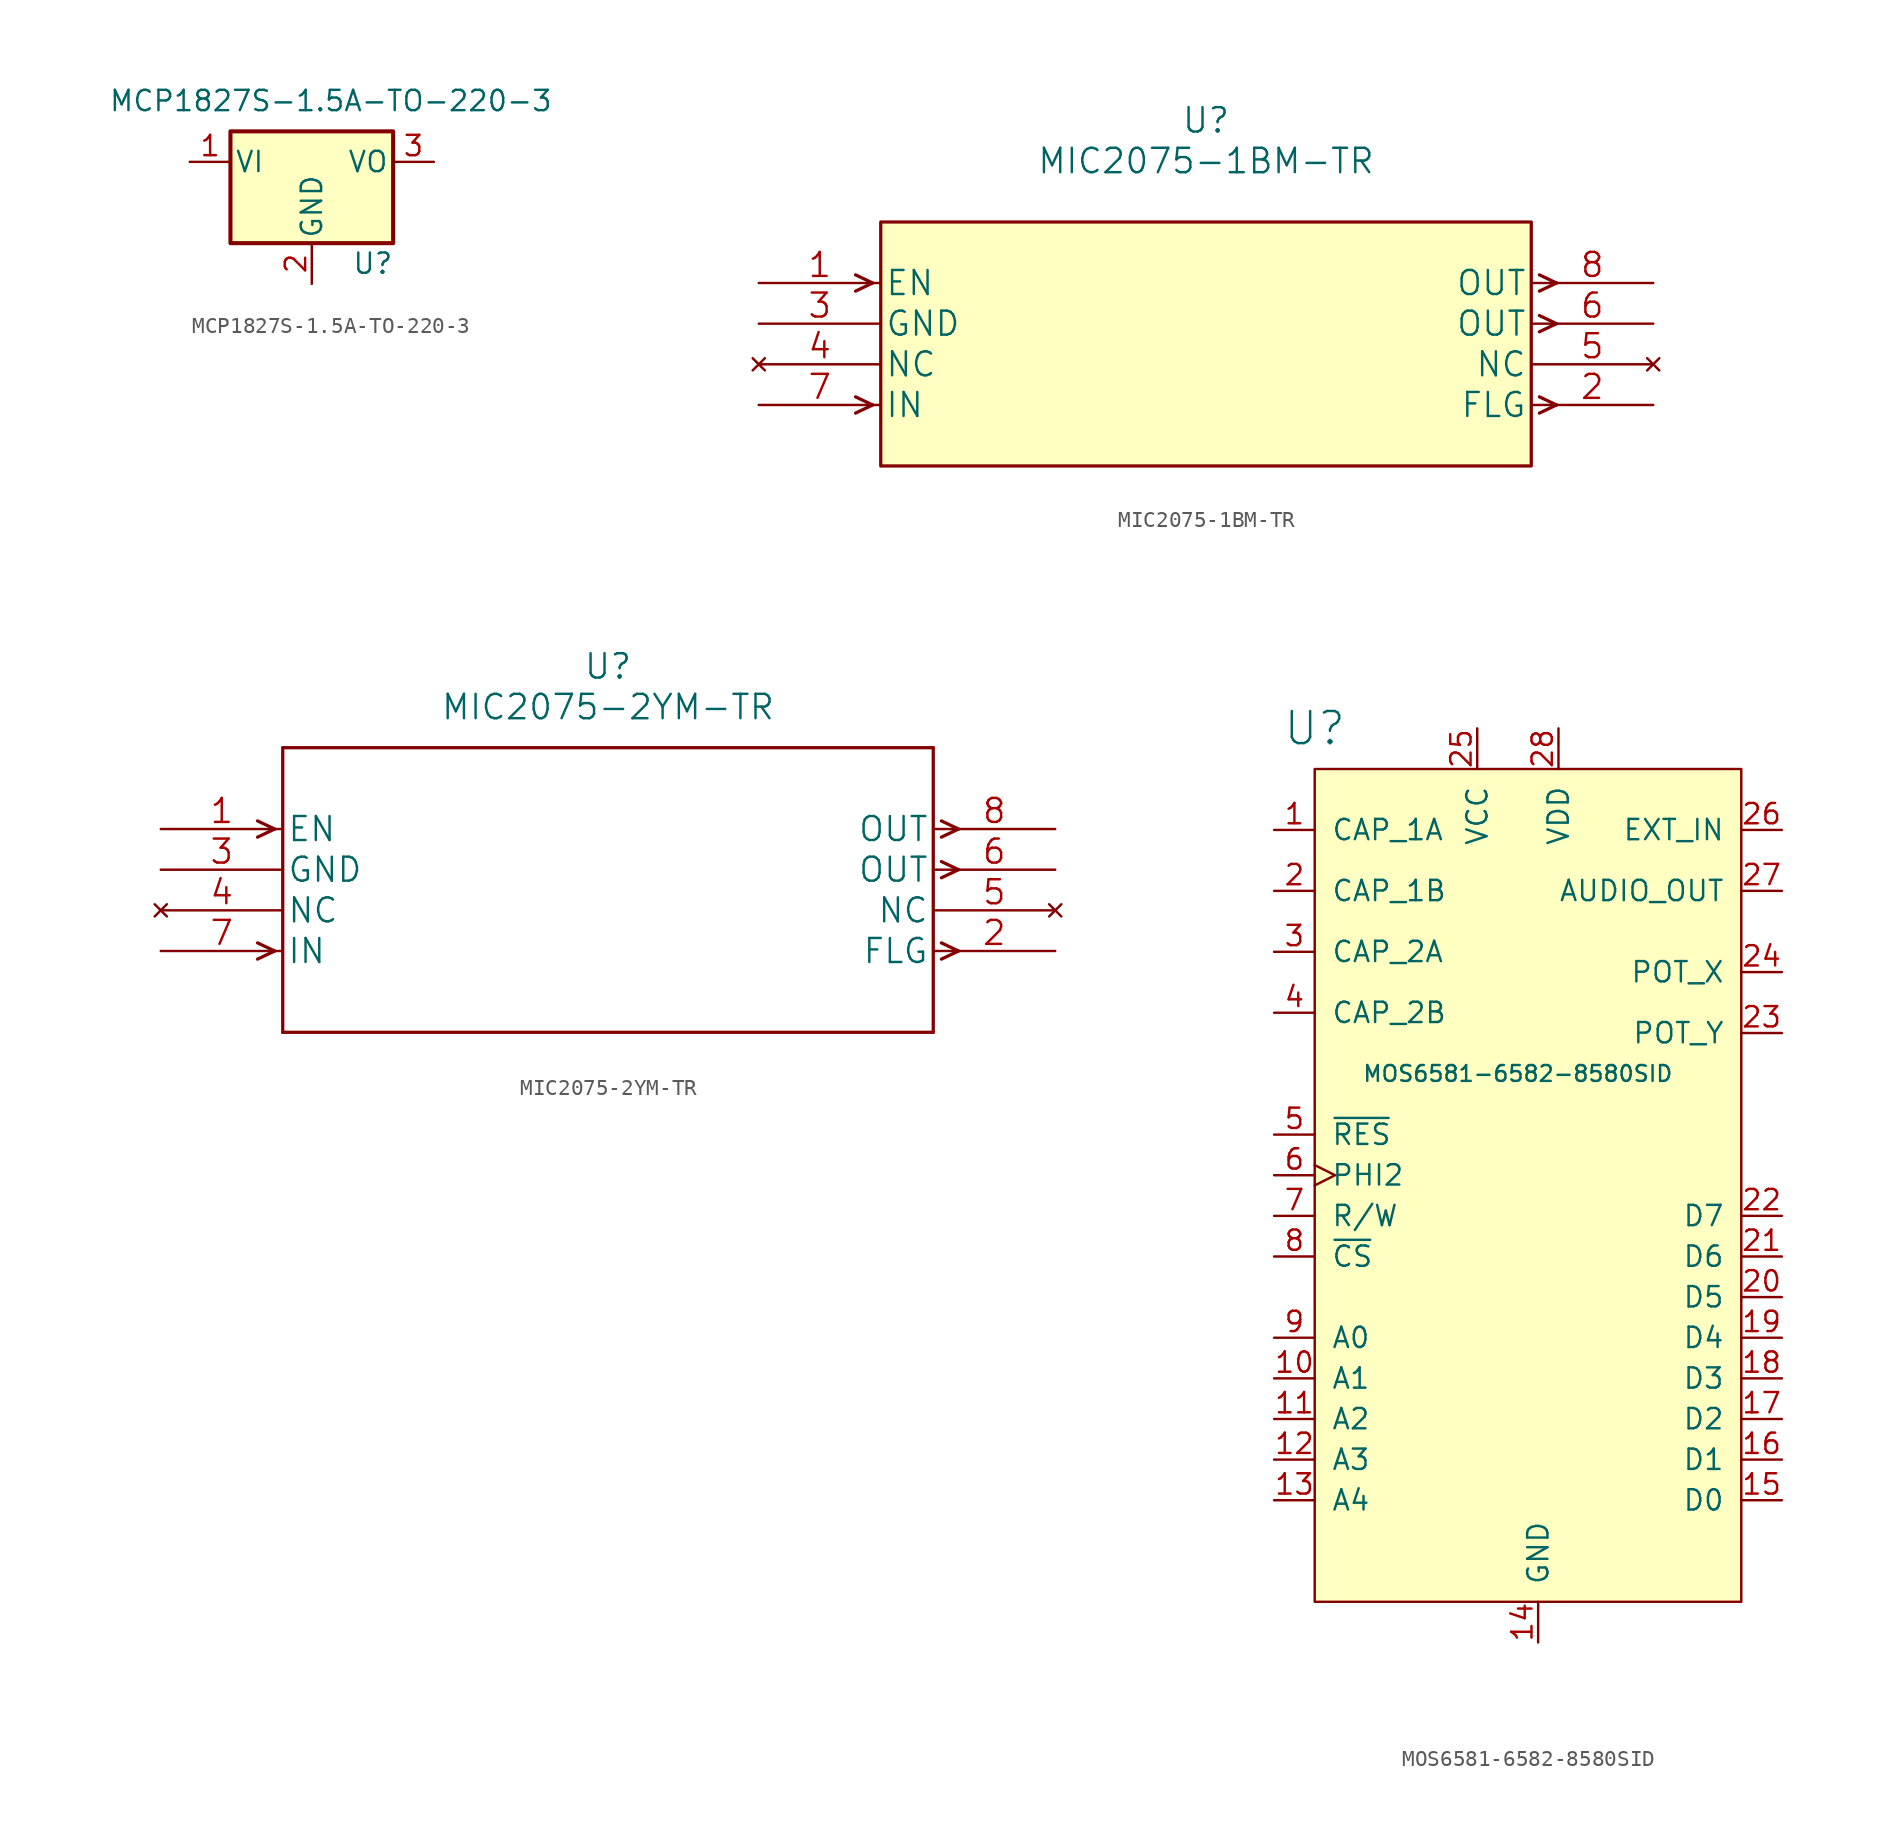
<source format=kicad_sym>
(kicad_symbol_lib
  (version 20241209)
  (generator "kicad_symbol_editor")
  (generator_version "9.0")
  (symbol "MCP1827S-1.5A-TO-220-3"
    (pin_names
      (offset 0.254))
    (property "Reference" "U"
      (at 3.81 -6.35 0)
      (effects (font (size 1.27 1.27))))
    (property "Value" "MCP1827S-1.5A-TO-220-3"
      (at -12.7 3.81 0)
      (effects (font (size 1.27 1.27)) (justify left)))
    (symbol "MCP1827S-1.5A-TO-220-3_0_1"
      (rectangle (start -5.08 1.905) (end 5.08 -5.08) (stroke (width 0.254) (type solid)) (fill (type background))))
    (symbol "MCP1827S-1.5A-TO-220-3_1_1"
      (pin power_in line (at -7.62 0 0) (length 2.54) (name "VI" (effects (font (size 1.27 1.27)))) (number "1" (effects (font (size 1.27 1.27)))))
      (pin power_in line (at 0 -7.62 90) (length 2.54) (name "GND" (effects (font (size 1.27 1.27)))) (number "2" (effects (font (size 1.27 1.27)))))
      (pin power_out line (at 7.62 0 180) (length 2.54) (name "VO" (effects (font (size 1.27 1.27)))) (number "3" (effects (font (size 1.27 1.27)))))))
  (symbol "MIC2075-1BM-TR"
    (pin_names
      (offset 0.254))
    (property "Reference" "U"
      (at 27.94 10.16 0)
      (effects (font (size 1.524 1.524))))
    (property "Value" "MIC2075-1BM-TR"
      (at 27.94 7.62 0)
      (effects (font (size 1.524 1.524))))
    (property "Datasheet" ""
      (at 0 0 0)
      (effects (font (size 1.524 1.524))))
    (property "ki_locked" ""
      (at 0 0 0)
      (effects (font (size 1.27 1.27))))
    (symbol "MIC2075-1BM-TR_1_1"
      (polyline (pts (xy 7.112 0) (xy 6.045 0.508)) (stroke (width 0.203) (type solid)) (fill (type none)))
      (polyline (pts (xy 7.112 0) (xy 6.045 -0.508)) (stroke (width 0.203) (type solid)) (fill (type none)))
      (polyline (pts (xy 7.112 -7.62) (xy 6.045 -7.112)) (stroke (width 0.203) (type solid)) (fill (type none)))
      (polyline (pts (xy 7.112 -7.62) (xy 6.045 -8.128)) (stroke (width 0.203) (type solid)) (fill (type none)))
      (rectangle (start 7.62 3.81) (end 48.26 -11.43) (stroke (width 0.203) (type solid)) (fill (type background)))
      (polyline (pts (xy 48.768 0.508) (xy 49.835 0)) (stroke (width 0.203) (type solid)) (fill (type none)))
      (polyline (pts (xy 48.768 -0.508) (xy 49.835 0)) (stroke (width 0.203) (type solid)) (fill (type none)))
      (polyline (pts (xy 48.768 -2.032) (xy 49.835 -2.54)) (stroke (width 0.203) (type solid)) (fill (type none)))
      (polyline (pts (xy 48.768 -3.048) (xy 49.835 -2.54)) (stroke (width 0.203) (type solid)) (fill (type none)))
      (polyline (pts (xy 48.768 -7.112) (xy 49.835 -7.62)) (stroke (width 0.203) (type solid)) (fill (type none)))
      (polyline (pts (xy 48.768 -8.128) (xy 49.835 -7.62)) (stroke (width 0.203) (type solid)) (fill (type none)))
      (pin input line (at 0 0 0) (length 7.62) (name "EN" (effects (font (size 1.499 1.499)))) (number "1" (effects (font (size 1.499 1.499)))))
      (pin power_in line (at 0 -2.54 0) (length 7.62) (name "GND" (effects (font (size 1.499 1.499)))) (number "3" (effects (font (size 1.499 1.499)))))
      (pin no_connect line (at 0 -5.08 0) (length 7.62) (name "NC" (effects (font (size 1.499 1.499)))) (number "4" (effects (font (size 1.499 1.499)))))
      (pin input line (at 0 -7.62 0) (length 7.62) (name "IN" (effects (font (size 1.499 1.499)))) (number "7" (effects (font (size 1.499 1.499)))))
      (pin output line (at 55.88 0 180) (length 7.62) (name "OUT" (effects (font (size 1.499 1.499)))) (number "8" (effects (font (size 1.499 1.499)))))
      (pin output line (at 55.88 -2.54 180) (length 7.62) (name "OUT" (effects (font (size 1.499 1.499)))) (number "6" (effects (font (size 1.499 1.499)))))
      (pin no_connect line (at 55.88 -5.08 180) (length 7.62) (name "NC" (effects (font (size 1.499 1.499)))) (number "5" (effects (font (size 1.499 1.499)))))
      (pin output line (at 55.88 -7.62 180) (length 7.62) (name "FLG" (effects (font (size 1.499 1.499)))) (number "2" (effects (font (size 1.499 1.499)))))))
  (symbol "MIC2075-2YM-TR"
    (pin_names
      (offset 0.254))
    (property "Reference" "U"
      (at 27.94 10.16 0)
      (effects (font (size 1.524 1.524))))
    (property "Value" "MIC2075-2YM-TR"
      (at 27.94 7.62 0)
      (effects (font (size 1.524 1.524))))
    (property "Datasheet" ""
      (at 0 0 0)
      (effects (font (size 1.524 1.524))))
    (property "ki_locked" ""
      (at 0 0 0)
      (effects (font (size 1.27 1.27))))
    (symbol "MIC2075-2YM-TR_1_1"
      (polyline (pts (xy 7.112 0) (xy 6.045 0.508)) (stroke (width 0.203) (type solid)) (fill (type none)))
      (polyline (pts (xy 7.112 0) (xy 6.045 -0.508)) (stroke (width 0.203) (type solid)) (fill (type none)))
      (polyline (pts (xy 7.112 -7.62) (xy 6.045 -7.112)) (stroke (width 0.203) (type solid)) (fill (type none)))
      (polyline (pts (xy 7.112 -7.62) (xy 6.045 -8.128)) (stroke (width 0.203) (type solid)) (fill (type none)))
      (polyline (pts (xy 7.62 5.08) (xy 7.62 -12.7)) (stroke (width 0.203) (type solid)) (fill (type none)))
      (polyline (pts (xy 7.62 -12.7) (xy 48.26 -12.7)) (stroke (width 0.203) (type solid)) (fill (type none)))
      (polyline (pts (xy 48.26 5.08) (xy 7.62 5.08)) (stroke (width 0.203) (type solid)) (fill (type none)))
      (polyline (pts (xy 48.26 -12.7) (xy 48.26 5.08)) (stroke (width 0.203) (type solid)) (fill (type none)))
      (polyline (pts (xy 48.768 0.508) (xy 49.835 0)) (stroke (width 0.203) (type solid)) (fill (type none)))
      (polyline (pts (xy 48.768 -0.508) (xy 49.835 0)) (stroke (width 0.203) (type solid)) (fill (type none)))
      (polyline (pts (xy 48.768 -2.032) (xy 49.835 -2.54)) (stroke (width 0.203) (type solid)) (fill (type none)))
      (polyline (pts (xy 48.768 -3.048) (xy 49.835 -2.54)) (stroke (width 0.203) (type solid)) (fill (type none)))
      (polyline (pts (xy 48.768 -7.112) (xy 49.835 -7.62)) (stroke (width 0.203) (type solid)) (fill (type none)))
      (polyline (pts (xy 48.768 -8.128) (xy 49.835 -7.62)) (stroke (width 0.203) (type solid)) (fill (type none)))
      (pin input line (at 0 0 0) (length 7.62) (name "EN" (effects (font (size 1.499 1.499)))) (number "1" (effects (font (size 1.499 1.499)))))
      (pin power_in line (at 0 -2.54 0) (length 7.62) (name "GND" (effects (font (size 1.499 1.499)))) (number "3" (effects (font (size 1.499 1.499)))))
      (pin no_connect line (at 0 -5.08 0) (length 7.62) (name "NC" (effects (font (size 1.499 1.499)))) (number "4" (effects (font (size 1.499 1.499)))))
      (pin input line (at 0 -7.62 0) (length 7.62) (name "IN" (effects (font (size 1.499 1.499)))) (number "7" (effects (font (size 1.499 1.499)))))
      (pin output line (at 55.88 0 180) (length 7.62) (name "OUT" (effects (font (size 1.499 1.499)))) (number "8" (effects (font (size 1.499 1.499)))))
      (pin output line (at 55.88 -2.54 180) (length 7.62) (name "OUT" (effects (font (size 1.499 1.499)))) (number "6" (effects (font (size 1.499 1.499)))))
      (pin no_connect line (at 55.88 -5.08 180) (length 7.62) (name "NC" (effects (font (size 1.499 1.499)))) (number "5" (effects (font (size 1.499 1.499)))))
      (pin output line (at 55.88 -7.62 180) (length 7.62) (name "FLG" (effects (font (size 1.499 1.499)))) (number "2" (effects (font (size 1.499 1.499)))))))
  (symbol "MOS6581-6582-8580SID"
    (pin_names
      (offset 1.016))
    (property "Reference" "U"
      (at -20.32 0 0)
      (effects (font (size 2.007 2.007))))
    (property "Value" "MOS6581-6582-8580SID"
      (at -7.62 -21.59 0)
      (effects (font (size 0.991 0.991))))
    (symbol "MOS6581-6582-8580SID_0_1"
      (rectangle (start -20.32 -2.54) (end 6.35 -54.61) (stroke (width 0) (type solid)) (fill (type background))))
    (symbol "MOS6581-6582-8580SID_1_1"
      (pin output line (at -22.86 -6.35 0) (length 2.54) (name "CAP_1A" (effects (font (size 1.27 1.27)))) (number "1" (effects (font (size 1.27 1.27)))))
      (pin input line (at -22.86 -10.16 0) (length 2.54) (name "CAP_1B" (effects (font (size 1.27 1.27)))) (number "2" (effects (font (size 1.27 1.27)))))
      (pin output line (at -22.86 -13.97 0) (length 2.54) (name "CAP_2A" (effects (font (size 1.27 1.27)))) (number "3" (effects (font (size 1.27 1.27)))))
      (pin input line (at -22.86 -17.78 0) (length 2.54) (name "CAP_2B" (effects (font (size 1.27 1.27)))) (number "4" (effects (font (size 1.27 1.27)))))
      (pin input line (at -22.86 -25.4 0) (length 2.54) (name "~{RES}" (effects (font (size 1.27 1.27)))) (number "5" (effects (font (size 1.27 1.27)))))
      (pin input clock (at -22.86 -27.94 0) (length 2.54) (name "PHI2" (effects (font (size 1.27 1.27)))) (number "6" (effects (font (size 1.27 1.27)))))
      (pin input line (at -22.86 -30.48 0) (length 2.54) (name "R/W" (effects (font (size 1.27 1.27)))) (number "7" (effects (font (size 1.27 1.27)))))
      (pin input line (at -22.86 -33.02 0) (length 2.54) (name "~{CS}" (effects (font (size 1.27 1.27)))) (number "8" (effects (font (size 1.27 1.27)))))
      (pin input line (at -22.86 -38.1 0) (length 2.54) (name "A0" (effects (font (size 1.27 1.27)))) (number "9" (effects (font (size 1.27 1.27)))))
      (pin input line (at -22.86 -40.64 0) (length 2.54) (name "A1" (effects (font (size 1.27 1.27)))) (number "10" (effects (font (size 1.27 1.27)))))
      (pin input line (at -22.86 -43.18 0) (length 2.54) (name "A2" (effects (font (size 1.27 1.27)))) (number "11" (effects (font (size 1.27 1.27)))))
      (pin input line (at -22.86 -45.72 0) (length 2.54) (name "A3" (effects (font (size 1.27 1.27)))) (number "12" (effects (font (size 1.27 1.27)))))
      (pin input line (at -22.86 -48.26 0) (length 2.54) (name "A4" (effects (font (size 1.27 1.27)))) (number "13" (effects (font (size 1.27 1.27)))))
      (pin power_in line (at -10.16 0 270) (length 2.54) (name "VCC" (effects (font (size 1.27 1.27)))) (number "25" (effects (font (size 1.27 1.27)))))
      (pin power_in line (at -6.35 -57.15 90) (length 2.54) (name "GND" (effects (font (size 1.27 1.27)))) (number "14" (effects (font (size 1.27 1.27)))))
      (pin power_in line (at -5.08 0 270) (length 2.54) (name "VDD" (effects (font (size 1.27 1.27)))) (number "28" (effects (font (size 1.27 1.27)))))
      (pin input line (at 8.89 -6.35 180) (length 2.54) (name "EXT_IN" (effects (font (size 1.27 1.27)))) (number "26" (effects (font (size 1.27 1.27)))))
      (pin output line (at 8.89 -10.16 180) (length 2.54) (name "AUDIO_OUT" (effects (font (size 1.27 1.27)))) (number "27" (effects (font (size 1.27 1.27)))))
      (pin input line (at 8.89 -15.24 180) (length 2.54) (name "POT_X" (effects (font (size 1.27 1.27)))) (number "24" (effects (font (size 1.27 1.27)))))
      (pin input line (at 8.89 -19.05 180) (length 2.54) (name "POT_Y" (effects (font (size 1.27 1.27)))) (number "23" (effects (font (size 1.27 1.27)))))
      (pin bidirectional line (at 8.89 -30.48 180) (length 2.54) (name "D7" (effects (font (size 1.27 1.27)))) (number "22" (effects (font (size 1.27 1.27)))))
      (pin bidirectional line (at 8.89 -33.02 180) (length 2.54) (name "D6" (effects (font (size 1.27 1.27)))) (number "21" (effects (font (size 1.27 1.27)))))
      (pin bidirectional line (at 8.89 -35.56 180) (length 2.54) (name "D5" (effects (font (size 1.27 1.27)))) (number "20" (effects (font (size 1.27 1.27)))))
      (pin bidirectional line (at 8.89 -38.1 180) (length 2.54) (name "D4" (effects (font (size 1.27 1.27)))) (number "19" (effects (font (size 1.27 1.27)))))
      (pin bidirectional line (at 8.89 -40.64 180) (length 2.54) (name "D3" (effects (font (size 1.27 1.27)))) (number "18" (effects (font (size 1.27 1.27)))))
      (pin bidirectional line (at 8.89 -43.18 180) (length 2.54) (name "D2" (effects (font (size 1.27 1.27)))) (number "17" (effects (font (size 1.27 1.27)))))
      (pin bidirectional line (at 8.89 -45.72 180) (length 2.54) (name "D1" (effects (font (size 1.27 1.27)))) (number "16" (effects (font (size 1.27 1.27)))))
      (pin bidirectional line (at 8.89 -48.26 180) (length 2.54) (name "D0" (effects (font (size 1.27 1.27)))) (number "15" (effects (font (size 1.27 1.27))))))))
</source>
